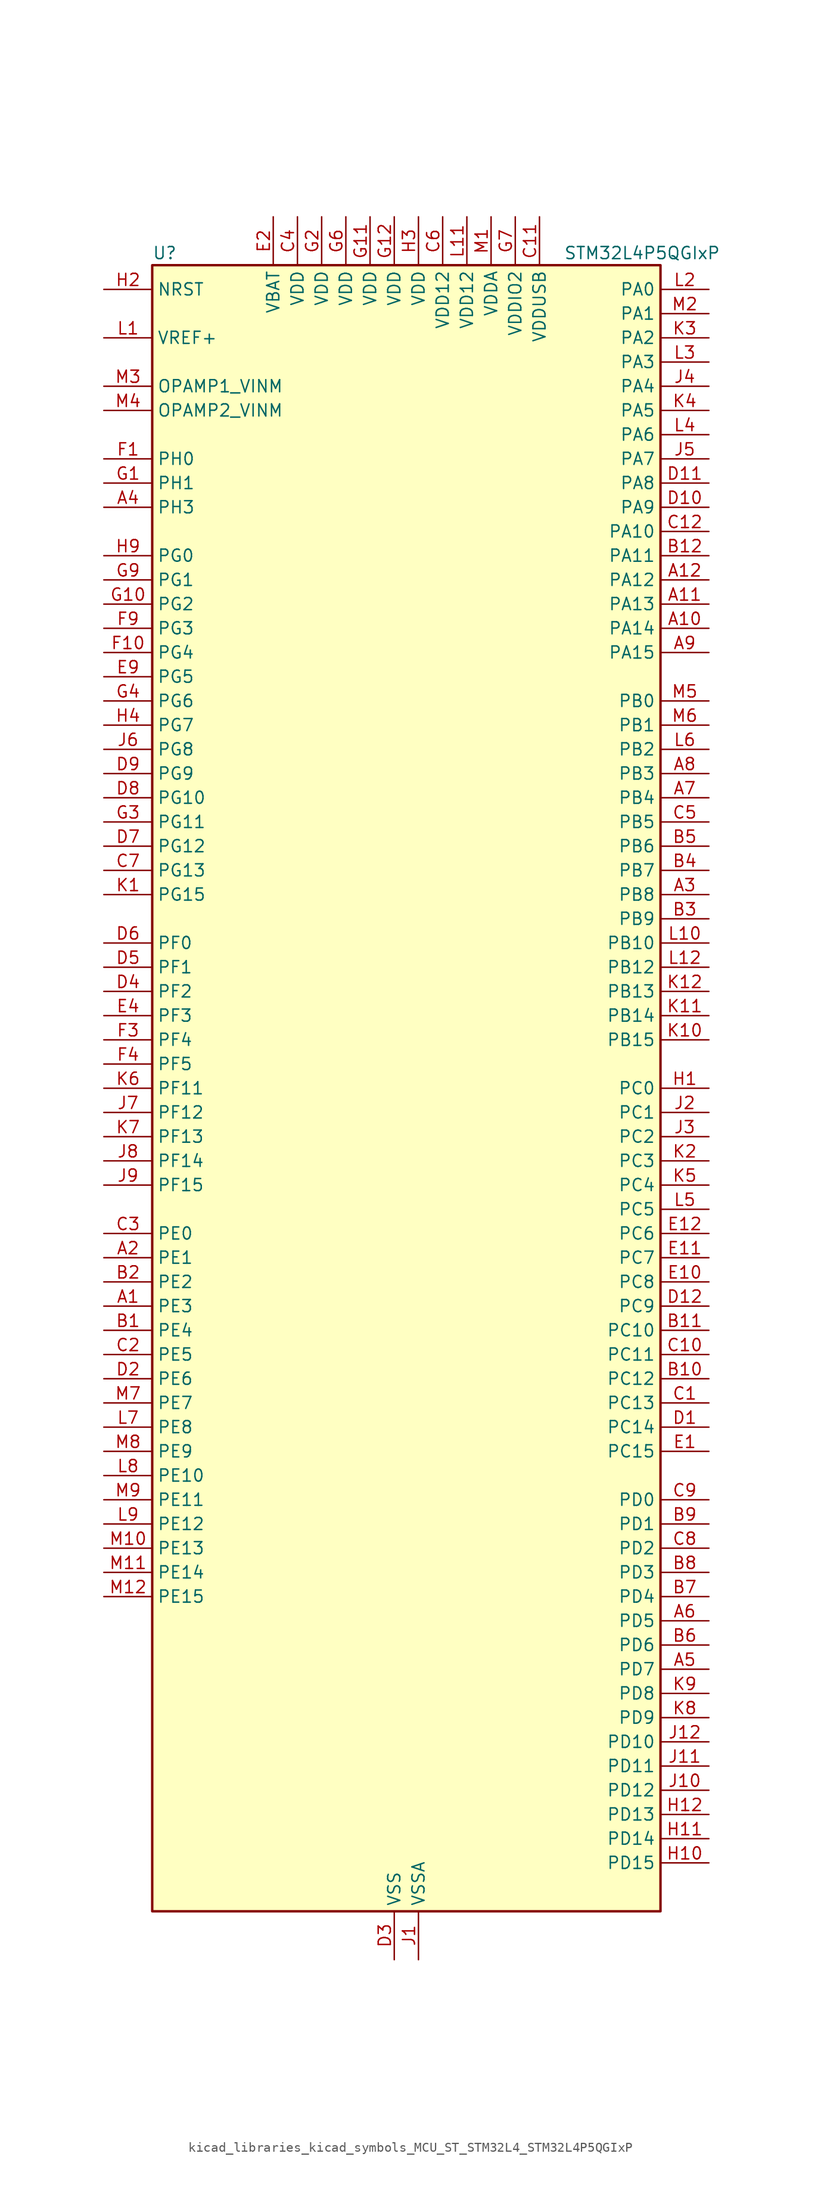
<source format=kicad_sym>
(kicad_symbol_lib
  (version 20220914)
  (generator kicad_symbol_editor)
  (symbol "kicad_libraries_kicad_symbols_MCU_ST_STM32L4_STM32L4P5QGIxP"
    (property "Reference" "U"
      (at -25.4 87.63 0)
      (effects (font (size 1.27 1.27)) (justify left)))
    (property "Value" "STM32L4P5QGIxP"
      (at 17.78 87.63 0)
      (effects (font (size 1.27 1.27)) (justify left)))
    (property "ki_locked" ""
      (at 0 0 0)
      (effects (font (size 1.27 1.27))))
    (symbol "kicad_libraries_kicad_symbols_MCU_ST_STM32L4_STM32L4P5QGIxP_0_1"
      (rectangle (start -25.4 -86.36) (end 27.94 86.36) (stroke (width 0.254) (type default)) (fill (type background))))
    (symbol "kicad_libraries_kicad_symbols_MCU_ST_STM32L4_STM32L4P5QGIxP_1_1"
      (pin bidirectional line (at -30.48 -22.86 0) (length 5.08) (name "PE3" (effects (font (size 1.27 1.27)))) (number "A1" (effects (font (size 1.27 1.27)))) (alternate "FMC_A19" bidirectional line) (alternate "LTDC_R6" bidirectional line) (alternate "OCTOSPIM_P1_DQS" bidirectional line) (alternate "SAI1_SD_B" bidirectional line) (alternate "SYS_TRACED0" bidirectional line) (alternate "TIM3_CH1" bidirectional line) (alternate "TSC_G7_IO2" bidirectional line))
      (pin bidirectional line (at 33.02 48.26 180) (length 5.08) (name "PA14" (effects (font (size 1.27 1.27)))) (number "A10" (effects (font (size 1.27 1.27)))) (alternate "I2C1_SMBA" bidirectional line) (alternate "I2C4_SMBA" bidirectional line) (alternate "LPTIM1_OUT" bidirectional line) (alternate "SAI1_FS_B" bidirectional line) (alternate "SYS_JTCK-SWCLK" bidirectional line) (alternate "USB_OTG_FS_SOF" bidirectional line))
      (pin bidirectional line (at 33.02 50.8 180) (length 5.08) (name "PA13" (effects (font (size 1.27 1.27)))) (number "A11" (effects (font (size 1.27 1.27)))) (alternate "IR_OUT" bidirectional line) (alternate "SAI1_SD_B" bidirectional line) (alternate "SYS_JTMS-SWDIO" bidirectional line) (alternate "USB_OTG_FS_NOE" bidirectional line))
      (pin bidirectional line (at 33.02 53.34 180) (length 5.08) (name "PA12" (effects (font (size 1.27 1.27)))) (number "A12" (effects (font (size 1.27 1.27)))) (alternate "CAN1_TX" bidirectional line) (alternate "LTDC_VSYNC" bidirectional line) (alternate "OCTOSPIM_P2_NCS" bidirectional line) (alternate "SPI1_MOSI" bidirectional line) (alternate "TIM1_ETR" bidirectional line) (alternate "USART1_DE" bidirectional line) (alternate "USART1_RTS" bidirectional line) (alternate "USB_OTG_FS_DP" bidirectional line))
      (pin bidirectional line (at -30.48 -17.78 0) (length 5.08) (name "PE1" (effects (font (size 1.27 1.27)))) (number "A2" (effects (font (size 1.27 1.27)))) (alternate "DCMI_D3" bidirectional line) (alternate "FMC_NBL1" bidirectional line) (alternate "LTDC_VSYNC" bidirectional line) (alternate "PSSI_D3" bidirectional line) (alternate "TIM17_CH1" bidirectional line))
      (pin bidirectional line (at 33.02 20.32 180) (length 5.08) (name "PB8" (effects (font (size 1.27 1.27)))) (number "A3" (effects (font (size 1.27 1.27)))) (alternate "CAN1_RX" bidirectional line) (alternate "DCMI_D6" bidirectional line) (alternate "DFSDM1_CKOUT" bidirectional line) (alternate "I2C1_SCL" bidirectional line) (alternate "LTDC_DE" bidirectional line) (alternate "PSSI_D6" bidirectional line) (alternate "SAI1_CK1" bidirectional line) (alternate "SAI1_MCLK_A" bidirectional line) (alternate "SDMMC1_CKIN" bidirectional line) (alternate "SDMMC1_D4" bidirectional line) (alternate "SDMMC2_D4" bidirectional line) (alternate "TIM16_CH1" bidirectional line) (alternate "TIM4_CH3" bidirectional line))
      (pin bidirectional line (at -30.48 60.96 0) (length 5.08) (name "PH3" (effects (font (size 1.27 1.27)))) (number "A4" (effects (font (size 1.27 1.27)))))
      (pin bidirectional line (at 33.02 -60.96 180) (length 5.08) (name "PD7" (effects (font (size 1.27 1.27)))) (number "A5" (effects (font (size 1.27 1.27)))) (alternate "DFSDM1_CKIN1" bidirectional line) (alternate "FMC_NCE" bidirectional line) (alternate "FMC_NE1" bidirectional line) (alternate "OCTOSPIM_P1_IO7" bidirectional line) (alternate "SDMMC2_CMD" bidirectional line) (alternate "USART2_CK" bidirectional line))
      (pin bidirectional line (at 33.02 -55.88 180) (length 5.08) (name "PD5" (effects (font (size 1.27 1.27)))) (number "A6" (effects (font (size 1.27 1.27)))) (alternate "FMC_NWE" bidirectional line) (alternate "OCTOSPIM_P1_IO5" bidirectional line) (alternate "USART2_TX" bidirectional line))
      (pin bidirectional line (at 33.02 30.48 180) (length 5.08) (name "PB4" (effects (font (size 1.27 1.27)))) (number "A7" (effects (font (size 1.27 1.27)))) (alternate "COMP2_INP" bidirectional line) (alternate "DCMI_D12" bidirectional line) (alternate "I2C3_SDA" bidirectional line) (alternate "OCTOSPIM_P1_IO5" bidirectional line) (alternate "PSSI_D12" bidirectional line) (alternate "SAI1_MCLK_B" bidirectional line) (alternate "SDMMC2_D3" bidirectional line) (alternate "SPI1_MISO" bidirectional line) (alternate "SPI3_MISO" bidirectional line) (alternate "SYS_JTRST" bidirectional line) (alternate "TIM17_BKIN" bidirectional line) (alternate "TIM3_CH1" bidirectional line) (alternate "TSC_G2_IO1" bidirectional line) (alternate "UART5_DE" bidirectional line) (alternate "UART5_RTS" bidirectional line) (alternate "USART1_CTS" bidirectional line) (alternate "USART1_NSS" bidirectional line))
      (pin bidirectional line (at 33.02 33.02 180) (length 5.08) (name "PB3" (effects (font (size 1.27 1.27)))) (number "A8" (effects (font (size 1.27 1.27)))) (alternate "COMP2_INM" bidirectional line) (alternate "CRS_SYNC" bidirectional line) (alternate "OCTOSPIM_P1_IO4" bidirectional line) (alternate "SAI1_SCK_B" bidirectional line) (alternate "SDMMC2_D2" bidirectional line) (alternate "SPI1_SCK" bidirectional line) (alternate "SPI3_SCK" bidirectional line) (alternate "SYS_JTDO-SWO" bidirectional line) (alternate "TIM2_CH2" bidirectional line) (alternate "USART1_DE" bidirectional line) (alternate "USART1_RTS" bidirectional line))
      (pin bidirectional line (at 33.02 45.72 180) (length 5.08) (name "PA15" (effects (font (size 1.27 1.27)))) (number "A9" (effects (font (size 1.27 1.27)))) (alternate "ADC1_EXTI15" bidirectional line) (alternate "ADC2_EXTI15" bidirectional line) (alternate "LTDC_HSYNC" bidirectional line) (alternate "SAI2_FS_B" bidirectional line) (alternate "SPI1_NSS" bidirectional line) (alternate "SPI3_NSS" bidirectional line) (alternate "SYS_JTDI" bidirectional line) (alternate "TIM2_CH1" bidirectional line) (alternate "TIM2_ETR" bidirectional line) (alternate "TSC_G3_IO1" bidirectional line) (alternate "UART4_DE" bidirectional line) (alternate "UART4_RTS" bidirectional line) (alternate "USART2_RX" bidirectional line) (alternate "USART3_DE" bidirectional line) (alternate "USART3_RTS" bidirectional line))
      (pin bidirectional line (at -30.48 -25.4 0) (length 5.08) (name "PE4" (effects (font (size 1.27 1.27)))) (number "B1" (effects (font (size 1.27 1.27)))) (alternate "DCMI_D4" bidirectional line) (alternate "DFSDM1_DATIN3" bidirectional line) (alternate "FMC_A20" bidirectional line) (alternate "LTDC_B7" bidirectional line) (alternate "PSSI_D4" bidirectional line) (alternate "SAI1_D2" bidirectional line) (alternate "SAI1_FS_A" bidirectional line) (alternate "SYS_TRACED1" bidirectional line) (alternate "TIM3_CH2" bidirectional line) (alternate "TSC_G7_IO3" bidirectional line))
      (pin bidirectional line (at 33.02 -30.48 180) (length 5.08) (name "PC12" (effects (font (size 1.27 1.27)))) (number "B10" (effects (font (size 1.27 1.27)))) (alternate "DCMI_D9" bidirectional line) (alternate "LTDC_R6" bidirectional line) (alternate "PSSI_D9" bidirectional line) (alternate "SAI2_SD_B" bidirectional line) (alternate "SDMMC1_CK" bidirectional line) (alternate "SPI3_MOSI" bidirectional line) (alternate "SYS_TRACED3" bidirectional line) (alternate "TSC_G3_IO4" bidirectional line) (alternate "UART5_TX" bidirectional line) (alternate "USART3_CK" bidirectional line))
      (pin bidirectional line (at 33.02 -25.4 180) (length 5.08) (name "PC10" (effects (font (size 1.27 1.27)))) (number "B11" (effects (font (size 1.27 1.27)))) (alternate "DCMI_D8" bidirectional line) (alternate "DCMI_VSYNC" bidirectional line) (alternate "PSSI_D8" bidirectional line) (alternate "PSSI_RDY" bidirectional line) (alternate "SAI2_SCK_B" bidirectional line) (alternate "SDMMC1_D2" bidirectional line) (alternate "SPI3_SCK" bidirectional line) (alternate "SYS_TRACED1" bidirectional line) (alternate "TSC_G3_IO2" bidirectional line) (alternate "UART4_TX" bidirectional line) (alternate "USART3_TX" bidirectional line))
      (pin bidirectional line (at 33.02 55.88 180) (length 5.08) (name "PA11" (effects (font (size 1.27 1.27)))) (number "B12" (effects (font (size 1.27 1.27)))) (alternate "ADC1_EXTI11" bidirectional line) (alternate "ADC2_EXTI11" bidirectional line) (alternate "CAN1_RX" bidirectional line) (alternate "LTDC_DE" bidirectional line) (alternate "SPI1_MISO" bidirectional line) (alternate "TIM1_BKIN2" bidirectional line) (alternate "TIM1_CH4" bidirectional line) (alternate "USART1_CTS" bidirectional line) (alternate "USART1_NSS" bidirectional line) (alternate "USB_OTG_FS_DM" bidirectional line))
      (pin bidirectional line (at -30.48 -20.32 0) (length 5.08) (name "PE2" (effects (font (size 1.27 1.27)))) (number "B2" (effects (font (size 1.27 1.27)))) (alternate "FMC_A23" bidirectional line) (alternate "LTDC_R7" bidirectional line) (alternate "SAI1_CK1" bidirectional line) (alternate "SAI1_MCLK_A" bidirectional line) (alternate "SYS_TRACECLK" bidirectional line) (alternate "TIM3_ETR" bidirectional line) (alternate "TSC_G7_IO1" bidirectional line))
      (pin bidirectional line (at 33.02 17.78 180) (length 5.08) (name "PB9" (effects (font (size 1.27 1.27)))) (number "B3" (effects (font (size 1.27 1.27)))) (alternate "CAN1_TX" bidirectional line) (alternate "DAC1_EXTI9" bidirectional line) (alternate "DCMI_D7" bidirectional line) (alternate "I2C1_SDA" bidirectional line) (alternate "IR_OUT" bidirectional line) (alternate "PSSI_D7" bidirectional line) (alternate "SAI1_D2" bidirectional line) (alternate "SAI1_FS_A" bidirectional line) (alternate "SDMMC1_CDIR" bidirectional line) (alternate "SDMMC1_D5" bidirectional line) (alternate "SDMMC2_D5" bidirectional line) (alternate "SPI2_NSS" bidirectional line) (alternate "TIM17_CH1" bidirectional line) (alternate "TIM4_CH4" bidirectional line))
      (pin bidirectional line (at 33.02 22.86 180) (length 5.08) (name "PB7" (effects (font (size 1.27 1.27)))) (number "B4" (effects (font (size 1.27 1.27)))) (alternate "COMP2_INM" bidirectional line) (alternate "DCMI_VSYNC" bidirectional line) (alternate "FMC_NL" bidirectional line) (alternate "I2C1_SDA" bidirectional line) (alternate "I2C4_SDA" bidirectional line) (alternate "LPTIM1_IN2" bidirectional line) (alternate "LTDC_VSYNC" bidirectional line) (alternate "PSSI_RDY" bidirectional line) (alternate "SYS_PVD_IN" bidirectional line) (alternate "TIM17_CH1N" bidirectional line) (alternate "TIM4_CH2" bidirectional line) (alternate "TIM8_BKIN" bidirectional line) (alternate "TSC_G2_IO4" bidirectional line) (alternate "UART4_CTS" bidirectional line) (alternate "USART1_RX" bidirectional line))
      (pin bidirectional line (at 33.02 25.4 180) (length 5.08) (name "PB6" (effects (font (size 1.27 1.27)))) (number "B5" (effects (font (size 1.27 1.27)))) (alternate "COMP2_INP" bidirectional line) (alternate "DCMI_D5" bidirectional line) (alternate "I2C1_SCL" bidirectional line) (alternate "I2C4_SCL" bidirectional line) (alternate "LPTIM1_ETR" bidirectional line) (alternate "LTDC_R6" bidirectional line) (alternate "PSSI_D5" bidirectional line) (alternate "SAI1_FS_B" bidirectional line) (alternate "TIM16_CH1N" bidirectional line) (alternate "TIM4_CH1" bidirectional line) (alternate "TIM8_BKIN2" bidirectional line) (alternate "TSC_G2_IO3" bidirectional line) (alternate "USART1_TX" bidirectional line))
      (pin bidirectional line (at 33.02 -58.42 180) (length 5.08) (name "PD6" (effects (font (size 1.27 1.27)))) (number "B6" (effects (font (size 1.27 1.27)))) (alternate "DCMI_D10" bidirectional line) (alternate "DFSDM1_DATIN1" bidirectional line) (alternate "FMC_NWAIT" bidirectional line) (alternate "LTDC_DE" bidirectional line) (alternate "OCTOSPIM_P1_IO6" bidirectional line) (alternate "PSSI_D10" bidirectional line) (alternate "SAI1_D1" bidirectional line) (alternate "SAI1_SD_A" bidirectional line) (alternate "SDMMC2_CK" bidirectional line) (alternate "SPI3_MOSI" bidirectional line) (alternate "USART2_RX" bidirectional line))
      (pin bidirectional line (at 33.02 -53.34 180) (length 5.08) (name "PD4" (effects (font (size 1.27 1.27)))) (number "B7" (effects (font (size 1.27 1.27)))) (alternate "DFSDM1_CKIN0" bidirectional line) (alternate "FMC_NOE" bidirectional line) (alternate "OCTOSPIM_P1_IO4" bidirectional line) (alternate "SDMMC2_CKIN" bidirectional line) (alternate "SPI2_MOSI" bidirectional line) (alternate "USART2_DE" bidirectional line) (alternate "USART2_RTS" bidirectional line))
      (pin bidirectional line (at 33.02 -50.8 180) (length 5.08) (name "PD3" (effects (font (size 1.27 1.27)))) (number "B8" (effects (font (size 1.27 1.27)))) (alternate "DCMI_D5" bidirectional line) (alternate "DFSDM1_DATIN0" bidirectional line) (alternate "FMC_CLK" bidirectional line) (alternate "LTDC_CLK" bidirectional line) (alternate "OCTOSPIM_P2_NCS" bidirectional line) (alternate "PSSI_D5" bidirectional line) (alternate "SPI2_MISO" bidirectional line) (alternate "SPI2_SCK" bidirectional line) (alternate "USART2_CTS" bidirectional line) (alternate "USART2_NSS" bidirectional line))
      (pin bidirectional line (at 33.02 -45.72 180) (length 5.08) (name "PD1" (effects (font (size 1.27 1.27)))) (number "B9" (effects (font (size 1.27 1.27)))) (alternate "CAN1_TX" bidirectional line) (alternate "FMC_D3" bidirectional line) (alternate "FMC_DA3" bidirectional line) (alternate "LTDC_B5" bidirectional line) (alternate "SPI2_SCK" bidirectional line))
      (pin bidirectional line (at 33.02 -33.02 180) (length 5.08) (name "PC13" (effects (font (size 1.27 1.27)))) (number "C1" (effects (font (size 1.27 1.27)))) (alternate "RTC_OUT1" bidirectional line) (alternate "RTC_TAMP1" bidirectional line) (alternate "RTC_TS" bidirectional line) (alternate "SYS_WKUP2" bidirectional line))
      (pin bidirectional line (at 33.02 -27.94 180) (length 5.08) (name "PC11" (effects (font (size 1.27 1.27)))) (number "C10" (effects (font (size 1.27 1.27)))) (alternate "ADC1_EXTI11" bidirectional line) (alternate "ADC2_EXTI11" bidirectional line) (alternate "DCMI_D2" bidirectional line) (alternate "DCMI_D4" bidirectional line) (alternate "OCTOSPIM_P1_NCS" bidirectional line) (alternate "PSSI_D2" bidirectional line) (alternate "PSSI_D4" bidirectional line) (alternate "SAI2_MCLK_B" bidirectional line) (alternate "SDMMC1_D3" bidirectional line) (alternate "SPI3_MISO" bidirectional line) (alternate "TSC_G3_IO3" bidirectional line) (alternate "UART4_RX" bidirectional line) (alternate "USART3_RX" bidirectional line))
      (pin power_in line (at 15.24 91.44 270) (length 5.08) (name "VDDUSB" (effects (font (size 1.27 1.27)))) (number "C11" (effects (font (size 1.27 1.27)))))
      (pin bidirectional line (at 33.02 58.42 180) (length 5.08) (name "PA10" (effects (font (size 1.27 1.27)))) (number "C12" (effects (font (size 1.27 1.27)))) (alternate "DCMI_D1" bidirectional line) (alternate "LTDC_G6" bidirectional line) (alternate "PSSI_D1" bidirectional line) (alternate "SAI1_D1" bidirectional line) (alternate "SAI1_SD_A" bidirectional line) (alternate "TIM17_BKIN" bidirectional line) (alternate "TIM1_CH3" bidirectional line) (alternate "USART1_RX" bidirectional line) (alternate "USB_OTG_FS_ID" bidirectional line))
      (pin bidirectional line (at -30.48 -27.94 0) (length 5.08) (name "PE5" (effects (font (size 1.27 1.27)))) (number "C2" (effects (font (size 1.27 1.27)))) (alternate "DCMI_D6" bidirectional line) (alternate "DFSDM1_CKIN3" bidirectional line) (alternate "FMC_A21" bidirectional line) (alternate "LTDC_G7" bidirectional line) (alternate "PSSI_D6" bidirectional line) (alternate "SAI1_CK2" bidirectional line) (alternate "SAI1_SCK_A" bidirectional line) (alternate "SYS_TRACED2" bidirectional line) (alternate "TIM3_CH3" bidirectional line) (alternate "TSC_G7_IO4" bidirectional line))
      (pin bidirectional line (at -30.48 -15.24 0) (length 5.08) (name "PE0" (effects (font (size 1.27 1.27)))) (number "C3" (effects (font (size 1.27 1.27)))) (alternate "DCMI_D2" bidirectional line) (alternate "FMC_NBL0" bidirectional line) (alternate "LTDC_HSYNC" bidirectional line) (alternate "PSSI_D2" bidirectional line) (alternate "TIM16_CH1" bidirectional line) (alternate "TIM4_ETR" bidirectional line))
      (pin power_in line (at -10.16 91.44 270) (length 5.08) (name "VDD" (effects (font (size 1.27 1.27)))) (number "C4" (effects (font (size 1.27 1.27)))))
      (pin bidirectional line (at 33.02 27.94 180) (length 5.08) (name "PB5" (effects (font (size 1.27 1.27)))) (number "C5" (effects (font (size 1.27 1.27)))) (alternate "COMP2_OUT" bidirectional line) (alternate "DCMI_D10" bidirectional line) (alternate "I2C1_SMBA" bidirectional line) (alternate "LPTIM1_IN1" bidirectional line) (alternate "OCTOSPIM_P1_IO0" bidirectional line) (alternate "PSSI_D10" bidirectional line) (alternate "SAI1_SD_B" bidirectional line) (alternate "SPI1_MOSI" bidirectional line) (alternate "SPI3_MOSI" bidirectional line) (alternate "TIM16_BKIN" bidirectional line) (alternate "TIM3_CH2" bidirectional line) (alternate "TSC_G2_IO2" bidirectional line) (alternate "UART5_CTS" bidirectional line) (alternate "USART1_CK" bidirectional line))
      (pin power_in line (at 5.08 91.44 270) (length 5.08) (name "VDD12" (effects (font (size 1.27 1.27)))) (number "C6" (effects (font (size 1.27 1.27)))))
      (pin bidirectional line (at -30.48 22.86 0) (length 5.08) (name "PG13" (effects (font (size 1.27 1.27)))) (number "C7" (effects (font (size 1.27 1.27)))) (alternate "FMC_A24" bidirectional line) (alternate "I2C1_SDA" bidirectional line) (alternate "LTDC_R0" bidirectional line) (alternate "USART1_CK" bidirectional line))
      (pin bidirectional line (at 33.02 -48.26 180) (length 5.08) (name "PD2" (effects (font (size 1.27 1.27)))) (number "C8" (effects (font (size 1.27 1.27)))) (alternate "DCMI_D11" bidirectional line) (alternate "PSSI_D11" bidirectional line) (alternate "SDMMC1_CMD" bidirectional line) (alternate "SYS_TRACED2" bidirectional line) (alternate "TIM3_ETR" bidirectional line) (alternate "TSC_SYNC" bidirectional line) (alternate "UART5_RX" bidirectional line) (alternate "USART3_DE" bidirectional line) (alternate "USART3_RTS" bidirectional line))
      (pin bidirectional line (at 33.02 -43.18 180) (length 5.08) (name "PD0" (effects (font (size 1.27 1.27)))) (number "C9" (effects (font (size 1.27 1.27)))) (alternate "CAN1_RX" bidirectional line) (alternate "FMC_D2" bidirectional line) (alternate "FMC_DA2" bidirectional line) (alternate "LTDC_B4" bidirectional line) (alternate "SPI2_NSS" bidirectional line))
      (pin bidirectional line (at 33.02 -35.56 180) (length 5.08) (name "PC14" (effects (font (size 1.27 1.27)))) (number "D1" (effects (font (size 1.27 1.27)))) (alternate "RCC_OSC32_IN" bidirectional line))
      (pin bidirectional line (at 33.02 60.96 180) (length 5.08) (name "PA9" (effects (font (size 1.27 1.27)))) (number "D10" (effects (font (size 1.27 1.27)))) (alternate "DAC1_EXTI9" bidirectional line) (alternate "DCMI_D0" bidirectional line) (alternate "LTDC_G7" bidirectional line) (alternate "PSSI_D0" bidirectional line) (alternate "SAI1_FS_A" bidirectional line) (alternate "SPI2_SCK" bidirectional line) (alternate "TIM15_BKIN" bidirectional line) (alternate "TIM1_CH2" bidirectional line) (alternate "USART1_TX" bidirectional line) (alternate "USB_OTG_FS_VBUS" bidirectional line))
      (pin bidirectional line (at 33.02 63.5 180) (length 5.08) (name "PA8" (effects (font (size 1.27 1.27)))) (number "D11" (effects (font (size 1.27 1.27)))) (alternate "LPTIM2_OUT" bidirectional line) (alternate "LTDC_B7" bidirectional line) (alternate "RCC_MCO" bidirectional line) (alternate "SAI1_CK2" bidirectional line) (alternate "SAI1_SCK_A" bidirectional line) (alternate "TIM1_CH1" bidirectional line) (alternate "USART1_CK" bidirectional line) (alternate "USB_OTG_FS_SOF" bidirectional line))
      (pin bidirectional line (at 33.02 -22.86 180) (length 5.08) (name "PC9" (effects (font (size 1.27 1.27)))) (number "D12" (effects (font (size 1.27 1.27)))) (alternate "DAC1_EXTI9" bidirectional line) (alternate "DCMI_D3" bidirectional line) (alternate "I2C3_SDA" bidirectional line) (alternate "PSSI_D3" bidirectional line) (alternate "SAI2_EXTCLK" bidirectional line) (alternate "SDMMC1_D1" bidirectional line) (alternate "SYS_TRACED0" bidirectional line) (alternate "TIM3_CH4" bidirectional line) (alternate "TIM8_BKIN2" bidirectional line) (alternate "TIM8_CH4" bidirectional line) (alternate "TSC_G4_IO4" bidirectional line) (alternate "USB_OTG_FS_NOE" bidirectional line))
      (pin bidirectional line (at -30.48 -30.48 0) (length 5.08) (name "PE6" (effects (font (size 1.27 1.27)))) (number "D2" (effects (font (size 1.27 1.27)))) (alternate "DCMI_D7" bidirectional line) (alternate "FMC_A22" bidirectional line) (alternate "LTDC_G6" bidirectional line) (alternate "PSSI_D7" bidirectional line) (alternate "RTC_TAMP3" bidirectional line) (alternate "SAI1_D1" bidirectional line) (alternate "SAI1_SD_A" bidirectional line) (alternate "SYS_TRACED3" bidirectional line) (alternate "SYS_WKUP3" bidirectional line) (alternate "TIM3_CH4" bidirectional line))
      (pin power_in line (at 0 -91.44 90) (length 5.08) (name "VSS" (effects (font (size 1.27 1.27)))) (number "D3" (effects (font (size 1.27 1.27)))))
      (pin bidirectional line (at -30.48 10.16 0) (length 5.08) (name "PF2" (effects (font (size 1.27 1.27)))) (number "D4" (effects (font (size 1.27 1.27)))) (alternate "FMC_A2" bidirectional line) (alternate "I2C2_SMBA" bidirectional line) (alternate "OCTOSPIM_P2_IO2" bidirectional line))
      (pin bidirectional line (at -30.48 12.7 0) (length 5.08) (name "PF1" (effects (font (size 1.27 1.27)))) (number "D5" (effects (font (size 1.27 1.27)))) (alternate "FMC_A1" bidirectional line) (alternate "I2C2_SCL" bidirectional line) (alternate "OCTOSPIM_P2_IO1" bidirectional line))
      (pin bidirectional line (at -30.48 15.24 0) (length 5.08) (name "PF0" (effects (font (size 1.27 1.27)))) (number "D6" (effects (font (size 1.27 1.27)))) (alternate "FMC_A0" bidirectional line) (alternate "I2C2_SDA" bidirectional line) (alternate "OCTOSPIM_P2_IO0" bidirectional line))
      (pin bidirectional line (at -30.48 25.4 0) (length 5.08) (name "PG12" (effects (font (size 1.27 1.27)))) (number "D7" (effects (font (size 1.27 1.27)))) (alternate "FMC_NE4" bidirectional line) (alternate "LPTIM1_ETR" bidirectional line) (alternate "OCTOSPIM_P2_NCS" bidirectional line) (alternate "SAI2_SD_A" bidirectional line) (alternate "SDMMC2_D3" bidirectional line) (alternate "SPI3_NSS" bidirectional line) (alternate "USART1_DE" bidirectional line) (alternate "USART1_RTS" bidirectional line))
      (pin bidirectional line (at -30.48 30.48 0) (length 5.08) (name "PG10" (effects (font (size 1.27 1.27)))) (number "D8" (effects (font (size 1.27 1.27)))) (alternate "FMC_NE3" bidirectional line) (alternate "LPTIM1_IN1" bidirectional line) (alternate "OCTOSPIM_P2_IO7" bidirectional line) (alternate "SAI2_FS_A" bidirectional line) (alternate "SDMMC2_D1" bidirectional line) (alternate "SPI3_MISO" bidirectional line) (alternate "TIM15_CH1" bidirectional line) (alternate "USART1_RX" bidirectional line))
      (pin bidirectional line (at -30.48 33.02 0) (length 5.08) (name "PG9" (effects (font (size 1.27 1.27)))) (number "D9" (effects (font (size 1.27 1.27)))) (alternate "DAC1_EXTI9" bidirectional line) (alternate "FMC_NCE" bidirectional line) (alternate "FMC_NE2" bidirectional line) (alternate "OCTOSPIM_P2_IO6" bidirectional line) (alternate "SAI2_SCK_A" bidirectional line) (alternate "SDMMC2_D0" bidirectional line) (alternate "SPI3_SCK" bidirectional line) (alternate "TIM15_CH1N" bidirectional line) (alternate "USART1_TX" bidirectional line))
      (pin bidirectional line (at 33.02 -38.1 180) (length 5.08) (name "PC15" (effects (font (size 1.27 1.27)))) (number "E1" (effects (font (size 1.27 1.27)))) (alternate "ADC1_EXTI15" bidirectional line) (alternate "ADC2_EXTI15" bidirectional line) (alternate "RCC_OSC32_OUT" bidirectional line))
      (pin bidirectional line (at 33.02 -20.32 180) (length 5.08) (name "PC8" (effects (font (size 1.27 1.27)))) (number "E10" (effects (font (size 1.27 1.27)))) (alternate "DCMI_D2" bidirectional line) (alternate "PSSI_D2" bidirectional line) (alternate "SDMMC1_D0" bidirectional line) (alternate "TIM3_CH3" bidirectional line) (alternate "TIM8_CH3" bidirectional line) (alternate "TSC_G4_IO3" bidirectional line))
      (pin bidirectional line (at 33.02 -17.78 180) (length 5.08) (name "PC7" (effects (font (size 1.27 1.27)))) (number "E11" (effects (font (size 1.27 1.27)))) (alternate "DCMI_D1" bidirectional line) (alternate "DFSDM1_DATIN3" bidirectional line) (alternate "LTDC_B6" bidirectional line) (alternate "PSSI_D1" bidirectional line) (alternate "SAI2_MCLK_B" bidirectional line) (alternate "SDMMC1_D123DIR" bidirectional line) (alternate "SDMMC1_D7" bidirectional line) (alternate "SDMMC2_D7" bidirectional line) (alternate "TIM3_CH2" bidirectional line) (alternate "TIM8_CH2" bidirectional line) (alternate "TSC_G4_IO2" bidirectional line))
      (pin bidirectional line (at 33.02 -15.24 180) (length 5.08) (name "PC6" (effects (font (size 1.27 1.27)))) (number "E12" (effects (font (size 1.27 1.27)))) (alternate "DCMI_D0" bidirectional line) (alternate "DFSDM1_CKIN3" bidirectional line) (alternate "LTDC_G7" bidirectional line) (alternate "PSSI_D0" bidirectional line) (alternate "SAI2_MCLK_A" bidirectional line) (alternate "SDMMC1_D0DIR" bidirectional line) (alternate "SDMMC1_D6" bidirectional line) (alternate "SDMMC2_D6" bidirectional line) (alternate "TIM3_CH1" bidirectional line) (alternate "TIM8_CH1" bidirectional line) (alternate "TSC_G4_IO1" bidirectional line))
      (pin power_in line (at -12.7 91.44 270) (length 5.08) (name "VBAT" (effects (font (size 1.27 1.27)))) (number "E2" (effects (font (size 1.27 1.27)))))
      (pin passive line (at 0 -91.44 90) (length 5.08) hide (name "VSS" (effects (font (size 1.27 1.27)))) (number "E3" (effects (font (size 1.27 1.27)))))
      (pin bidirectional line (at -30.48 7.62 0) (length 5.08) (name "PF3" (effects (font (size 1.27 1.27)))) (number "E4" (effects (font (size 1.27 1.27)))) (alternate "FMC_A3" bidirectional line) (alternate "OCTOSPIM_P2_IO3" bidirectional line))
      (pin bidirectional line (at -30.48 43.18 0) (length 5.08) (name "PG5" (effects (font (size 1.27 1.27)))) (number "E9" (effects (font (size 1.27 1.27)))) (alternate "FMC_A15" bidirectional line) (alternate "LPUART1_CTS" bidirectional line) (alternate "SAI2_SD_B" bidirectional line) (alternate "SDMMC2_D7" bidirectional line) (alternate "SPI1_NSS" bidirectional line))
      (pin bidirectional line (at -30.48 66.04 0) (length 5.08) (name "PH0" (effects (font (size 1.27 1.27)))) (number "F1" (effects (font (size 1.27 1.27)))) (alternate "RCC_OSC_IN" bidirectional line))
      (pin bidirectional line (at -30.48 45.72 0) (length 5.08) (name "PG4" (effects (font (size 1.27 1.27)))) (number "F10" (effects (font (size 1.27 1.27)))) (alternate "FMC_A14" bidirectional line) (alternate "SAI2_MCLK_B" bidirectional line) (alternate "SDMMC2_D6" bidirectional line) (alternate "SPI1_MOSI" bidirectional line))
      (pin passive line (at 0 -91.44 90) (length 5.08) hide (name "VSS" (effects (font (size 1.27 1.27)))) (number "F11" (effects (font (size 1.27 1.27)))))
      (pin passive line (at 0 -91.44 90) (length 5.08) hide (name "VSS" (effects (font (size 1.27 1.27)))) (number "F12" (effects (font (size 1.27 1.27)))))
      (pin passive line (at 0 -91.44 90) (length 5.08) hide (name "VSS" (effects (font (size 1.27 1.27)))) (number "F2" (effects (font (size 1.27 1.27)))))
      (pin bidirectional line (at -30.48 5.08 0) (length 5.08) (name "PF4" (effects (font (size 1.27 1.27)))) (number "F3" (effects (font (size 1.27 1.27)))) (alternate "FMC_A4" bidirectional line) (alternate "OCTOSPIM_P2_CLK" bidirectional line))
      (pin bidirectional line (at -30.48 2.54 0) (length 5.08) (name "PF5" (effects (font (size 1.27 1.27)))) (number "F4" (effects (font (size 1.27 1.27)))) (alternate "FMC_A5" bidirectional line) (alternate "OCTOSPIM_P2_NCLK" bidirectional line))
      (pin passive line (at 0 -91.44 90) (length 5.08) hide (name "VSS" (effects (font (size 1.27 1.27)))) (number "F6" (effects (font (size 1.27 1.27)))))
      (pin passive line (at 0 -91.44 90) (length 5.08) hide (name "VSS" (effects (font (size 1.27 1.27)))) (number "F7" (effects (font (size 1.27 1.27)))))
      (pin bidirectional line (at -30.48 48.26 0) (length 5.08) (name "PG3" (effects (font (size 1.27 1.27)))) (number "F9" (effects (font (size 1.27 1.27)))) (alternate "FMC_A13" bidirectional line) (alternate "SAI2_FS_B" bidirectional line) (alternate "SDMMC2_D5" bidirectional line) (alternate "SPI1_MISO" bidirectional line))
      (pin bidirectional line (at -30.48 63.5 0) (length 5.08) (name "PH1" (effects (font (size 1.27 1.27)))) (number "G1" (effects (font (size 1.27 1.27)))) (alternate "RCC_OSC_OUT" bidirectional line))
      (pin bidirectional line (at -30.48 50.8 0) (length 5.08) (name "PG2" (effects (font (size 1.27 1.27)))) (number "G10" (effects (font (size 1.27 1.27)))) (alternate "FMC_A12" bidirectional line) (alternate "SAI2_SCK_B" bidirectional line) (alternate "SDMMC2_D4" bidirectional line) (alternate "SPI1_SCK" bidirectional line))
      (pin power_in line (at -2.54 91.44 270) (length 5.08) (name "VDD" (effects (font (size 1.27 1.27)))) (number "G11" (effects (font (size 1.27 1.27)))))
      (pin power_in line (at 0 91.44 270) (length 5.08) (name "VDD" (effects (font (size 1.27 1.27)))) (number "G12" (effects (font (size 1.27 1.27)))))
      (pin power_in line (at -7.62 91.44 270) (length 5.08) (name "VDD" (effects (font (size 1.27 1.27)))) (number "G2" (effects (font (size 1.27 1.27)))))
      (pin bidirectional line (at -30.48 27.94 0) (length 5.08) (name "PG11" (effects (font (size 1.27 1.27)))) (number "G3" (effects (font (size 1.27 1.27)))) (alternate "ADC1_EXTI11" bidirectional line) (alternate "ADC2_EXTI11" bidirectional line) (alternate "LPTIM1_IN2" bidirectional line) (alternate "OCTOSPIM_P1_IO5" bidirectional line) (alternate "SAI2_MCLK_A" bidirectional line) (alternate "SDMMC2_D2" bidirectional line) (alternate "SPI3_MOSI" bidirectional line) (alternate "TIM15_CH2" bidirectional line) (alternate "USART1_CTS" bidirectional line) (alternate "USART1_NSS" bidirectional line))
      (pin bidirectional line (at -30.48 40.64 0) (length 5.08) (name "PG6" (effects (font (size 1.27 1.27)))) (number "G4" (effects (font (size 1.27 1.27)))) (alternate "I2C3_SMBA" bidirectional line) (alternate "LPUART1_DE" bidirectional line) (alternate "LPUART1_RTS" bidirectional line) (alternate "LTDC_R1" bidirectional line) (alternate "OCTOSPIM_P1_DQS" bidirectional line))
      (pin power_in line (at -5.08 91.44 270) (length 5.08) (name "VDD" (effects (font (size 1.27 1.27)))) (number "G6" (effects (font (size 1.27 1.27)))))
      (pin power_in line (at 12.7 91.44 270) (length 5.08) (name "VDDIO2" (effects (font (size 1.27 1.27)))) (number "G7" (effects (font (size 1.27 1.27)))))
      (pin bidirectional line (at -30.48 53.34 0) (length 5.08) (name "PG1" (effects (font (size 1.27 1.27)))) (number "G9" (effects (font (size 1.27 1.27)))) (alternate "FMC_A11" bidirectional line) (alternate "OCTOSPIM_P2_IO5" bidirectional line) (alternate "TSC_G8_IO4" bidirectional line))
      (pin bidirectional line (at 33.02 0 180) (length 5.08) (name "PC0" (effects (font (size 1.27 1.27)))) (number "H1" (effects (font (size 1.27 1.27)))) (alternate "ADC1_IN1" bidirectional line) (alternate "ADC2_IN1" bidirectional line) (alternate "I2C3_SCL" bidirectional line) (alternate "LPTIM1_IN1" bidirectional line) (alternate "LPTIM2_IN1" bidirectional line) (alternate "LPUART1_RX" bidirectional line) (alternate "LTDC_DE" bidirectional line) (alternate "SAI2_FS_A" bidirectional line) (alternate "SDMMC1_CMD" bidirectional line) (alternate "SDMMC2_CKIN" bidirectional line))
      (pin bidirectional line (at 33.02 -81.28 180) (length 5.08) (name "PD15" (effects (font (size 1.27 1.27)))) (number "H10" (effects (font (size 1.27 1.27)))) (alternate "ADC1_EXTI15" bidirectional line) (alternate "ADC2_EXTI15" bidirectional line) (alternate "FMC_D1" bidirectional line) (alternate "FMC_DA1" bidirectional line) (alternate "LTDC_B3" bidirectional line) (alternate "TIM4_CH4" bidirectional line))
      (pin bidirectional line (at 33.02 -78.74 180) (length 5.08) (name "PD14" (effects (font (size 1.27 1.27)))) (number "H11" (effects (font (size 1.27 1.27)))) (alternate "FMC_D0" bidirectional line) (alternate "FMC_DA0" bidirectional line) (alternate "LTDC_B2" bidirectional line) (alternate "TIM4_CH3" bidirectional line))
      (pin bidirectional line (at 33.02 -76.2 180) (length 5.08) (name "PD13" (effects (font (size 1.27 1.27)))) (number "H12" (effects (font (size 1.27 1.27)))) (alternate "FMC_A18" bidirectional line) (alternate "I2C4_SDA" bidirectional line) (alternate "LPTIM2_OUT" bidirectional line) (alternate "TIM4_CH2" bidirectional line) (alternate "TSC_G6_IO4" bidirectional line))
      (pin input line (at -30.48 83.82 0) (length 5.08) (name "NRST" (effects (font (size 1.27 1.27)))) (number "H2" (effects (font (size 1.27 1.27)))))
      (pin power_in line (at 2.54 91.44 270) (length 5.08) (name "VDD" (effects (font (size 1.27 1.27)))) (number "H3" (effects (font (size 1.27 1.27)))))
      (pin bidirectional line (at -30.48 38.1 0) (length 5.08) (name "PG7" (effects (font (size 1.27 1.27)))) (number "H4" (effects (font (size 1.27 1.27)))) (alternate "DFSDM1_CKOUT" bidirectional line) (alternate "FMC_INT" bidirectional line) (alternate "I2C3_SCL" bidirectional line) (alternate "LPUART1_TX" bidirectional line) (alternate "OCTOSPIM_P2_DQS" bidirectional line) (alternate "SAI1_CK1" bidirectional line) (alternate "SAI1_MCLK_A" bidirectional line))
      (pin bidirectional line (at -30.48 55.88 0) (length 5.08) (name "PG0" (effects (font (size 1.27 1.27)))) (number "H9" (effects (font (size 1.27 1.27)))) (alternate "FMC_A10" bidirectional line) (alternate "OCTOSPIM_P2_IO4" bidirectional line) (alternate "TSC_G8_IO3" bidirectional line))
      (pin power_in line (at 2.54 -91.44 90) (length 5.08) (name "VSSA" (effects (font (size 1.27 1.27)))) (number "J1" (effects (font (size 1.27 1.27)))))
      (pin bidirectional line (at 33.02 -73.66 180) (length 5.08) (name "PD12" (effects (font (size 1.27 1.27)))) (number "J10" (effects (font (size 1.27 1.27)))) (alternate "FMC_A17" bidirectional line) (alternate "FMC_ALE" bidirectional line) (alternate "I2C4_SCL" bidirectional line) (alternate "LPTIM2_IN1" bidirectional line) (alternate "LTDC_R7" bidirectional line) (alternate "SAI2_FS_A" bidirectional line) (alternate "TIM4_CH1" bidirectional line) (alternate "TSC_G6_IO3" bidirectional line) (alternate "USART3_DE" bidirectional line) (alternate "USART3_RTS" bidirectional line))
      (pin bidirectional line (at 33.02 -71.12 180) (length 5.08) (name "PD11" (effects (font (size 1.27 1.27)))) (number "J11" (effects (font (size 1.27 1.27)))) (alternate "ADC1_EXTI11" bidirectional line) (alternate "ADC2_EXTI11" bidirectional line) (alternate "FMC_A16" bidirectional line) (alternate "FMC_CLE" bidirectional line) (alternate "I2C4_SMBA" bidirectional line) (alternate "LPTIM2_ETR" bidirectional line) (alternate "LTDC_R6" bidirectional line) (alternate "SAI2_SD_A" bidirectional line) (alternate "TSC_G6_IO2" bidirectional line) (alternate "USART3_CTS" bidirectional line) (alternate "USART3_NSS" bidirectional line))
      (pin bidirectional line (at 33.02 -68.58 180) (length 5.08) (name "PD10" (effects (font (size 1.27 1.27)))) (number "J12" (effects (font (size 1.27 1.27)))) (alternate "FMC_D15" bidirectional line) (alternate "FMC_DA15" bidirectional line) (alternate "LTDC_R5" bidirectional line) (alternate "SAI2_SCK_A" bidirectional line) (alternate "TSC_G6_IO1" bidirectional line) (alternate "USART3_CK" bidirectional line))
      (pin bidirectional line (at 33.02 -2.54 180) (length 5.08) (name "PC1" (effects (font (size 1.27 1.27)))) (number "J2" (effects (font (size 1.27 1.27)))) (alternate "ADC1_IN2" bidirectional line) (alternate "ADC2_IN2" bidirectional line) (alternate "I2C3_SDA" bidirectional line) (alternate "LPTIM1_OUT" bidirectional line) (alternate "LPUART1_TX" bidirectional line) (alternate "OCTOSPIM_P1_IO4" bidirectional line) (alternate "SAI1_SD_A" bidirectional line) (alternate "SPI2_MOSI" bidirectional line) (alternate "SYS_TRACED0" bidirectional line))
      (pin bidirectional line (at 33.02 -5.08 180) (length 5.08) (name "PC2" (effects (font (size 1.27 1.27)))) (number "J3" (effects (font (size 1.27 1.27)))) (alternate "ADC1_IN3" bidirectional line) (alternate "ADC2_IN3" bidirectional line) (alternate "DFSDM1_CKOUT" bidirectional line) (alternate "LPTIM1_IN2" bidirectional line) (alternate "LTDC_HSYNC" bidirectional line) (alternate "OCTOSPIM_P1_IO5" bidirectional line) (alternate "SPI2_MISO" bidirectional line))
      (pin bidirectional line (at 33.02 73.66 180) (length 5.08) (name "PA4" (effects (font (size 1.27 1.27)))) (number "J4" (effects (font (size 1.27 1.27)))) (alternate "ADC1_IN9" bidirectional line) (alternate "ADC2_IN9" bidirectional line) (alternate "DAC1_OUT1" bidirectional line) (alternate "DCMI_HSYNC" bidirectional line) (alternate "LPTIM2_OUT" bidirectional line) (alternate "LTDC_CLK" bidirectional line) (alternate "OCTOSPIM_P1_NCS" bidirectional line) (alternate "PSSI_DE" bidirectional line) (alternate "SAI1_FS_B" bidirectional line) (alternate "SPI1_NSS" bidirectional line) (alternate "SPI3_NSS" bidirectional line) (alternate "USART2_CK" bidirectional line))
      (pin bidirectional line (at 33.02 66.04 180) (length 5.08) (name "PA7" (effects (font (size 1.27 1.27)))) (number "J5" (effects (font (size 1.27 1.27)))) (alternate "ADC1_IN12" bidirectional line) (alternate "ADC2_IN12" bidirectional line) (alternate "I2C3_SCL" bidirectional line) (alternate "OCTOSPIM_P1_IO2" bidirectional line) (alternate "OPAMP2_VINM" bidirectional line) (alternate "SPI1_MOSI" bidirectional line) (alternate "TIM17_CH1" bidirectional line) (alternate "TIM1_CH1N" bidirectional line) (alternate "TIM3_CH2" bidirectional line) (alternate "TIM8_CH1N" bidirectional line))
      (pin bidirectional line (at -30.48 35.56 0) (length 5.08) (name "PG8" (effects (font (size 1.27 1.27)))) (number "J6" (effects (font (size 1.27 1.27)))) (alternate "I2C3_SDA" bidirectional line) (alternate "LPUART1_RX" bidirectional line))
      (pin bidirectional line (at -30.48 -2.54 0) (length 5.08) (name "PF12" (effects (font (size 1.27 1.27)))) (number "J7" (effects (font (size 1.27 1.27)))) (alternate "FMC_A6" bidirectional line) (alternate "LTDC_B0" bidirectional line) (alternate "OCTOSPIM_P2_DQS" bidirectional line))
      (pin bidirectional line (at -30.48 -7.62 0) (length 5.08) (name "PF14" (effects (font (size 1.27 1.27)))) (number "J8" (effects (font (size 1.27 1.27)))) (alternate "FMC_A8" bidirectional line) (alternate "I2C4_SCL" bidirectional line) (alternate "LTDC_G0" bidirectional line) (alternate "TSC_G8_IO1" bidirectional line))
      (pin bidirectional line (at -30.48 -10.16 0) (length 5.08) (name "PF15" (effects (font (size 1.27 1.27)))) (number "J9" (effects (font (size 1.27 1.27)))) (alternate "ADC1_EXTI15" bidirectional line) (alternate "ADC2_EXTI15" bidirectional line) (alternate "FMC_A9" bidirectional line) (alternate "I2C4_SDA" bidirectional line) (alternate "LTDC_G1" bidirectional line) (alternate "TSC_G8_IO2" bidirectional line))
      (pin bidirectional line (at -30.48 20.32 0) (length 5.08) (name "PG15" (effects (font (size 1.27 1.27)))) (number "K1" (effects (font (size 1.27 1.27)))) (alternate "ADC1_EXTI15" bidirectional line) (alternate "ADC2_EXTI15" bidirectional line) (alternate "DCMI_D13" bidirectional line) (alternate "I2C1_SMBA" bidirectional line) (alternate "LPTIM1_OUT" bidirectional line) (alternate "OCTOSPIM_P2_DQS" bidirectional line) (alternate "PSSI_D13" bidirectional line))
      (pin bidirectional line (at 33.02 5.08 180) (length 5.08) (name "PB15" (effects (font (size 1.27 1.27)))) (number "K10" (effects (font (size 1.27 1.27)))) (alternate "ADC1_EXTI15" bidirectional line) (alternate "ADC2_EXTI15" bidirectional line) (alternate "DFSDM1_CKIN2" bidirectional line) (alternate "OCTOSPIM_P1_IO7" bidirectional line) (alternate "RTC_REFIN" bidirectional line) (alternate "SAI2_SD_A" bidirectional line) (alternate "SDMMC2_D1" bidirectional line) (alternate "SPI2_MOSI" bidirectional line) (alternate "TIM15_CH2" bidirectional line) (alternate "TIM1_CH3N" bidirectional line) (alternate "TIM8_CH3N" bidirectional line) (alternate "TSC_G1_IO4" bidirectional line))
      (pin bidirectional line (at 33.02 7.62 180) (length 5.08) (name "PB14" (effects (font (size 1.27 1.27)))) (number "K11" (effects (font (size 1.27 1.27)))) (alternate "DFSDM1_DATIN2" bidirectional line) (alternate "I2C2_SDA" bidirectional line) (alternate "OCTOSPIM_P1_IO6" bidirectional line) (alternate "SAI2_MCLK_A" bidirectional line) (alternate "SDMMC2_D0" bidirectional line) (alternate "SPI2_MISO" bidirectional line) (alternate "TIM15_CH1" bidirectional line) (alternate "TIM1_CH2N" bidirectional line) (alternate "TIM8_CH2N" bidirectional line) (alternate "TSC_G1_IO3" bidirectional line) (alternate "USART3_DE" bidirectional line) (alternate "USART3_RTS" bidirectional line))
      (pin bidirectional line (at 33.02 10.16 180) (length 5.08) (name "PB13" (effects (font (size 1.27 1.27)))) (number "K12" (effects (font (size 1.27 1.27)))) (alternate "DFSDM1_CKIN1" bidirectional line) (alternate "I2C2_SCL" bidirectional line) (alternate "LPUART1_CTS" bidirectional line) (alternate "OCTOSPIM_P1_IO1" bidirectional line) (alternate "SAI2_SCK_A" bidirectional line) (alternate "SPI2_SCK" bidirectional line) (alternate "TIM15_CH1N" bidirectional line) (alternate "TIM1_CH1N" bidirectional line) (alternate "TSC_G1_IO2" bidirectional line) (alternate "USART3_CTS" bidirectional line) (alternate "USART3_NSS" bidirectional line))
      (pin bidirectional line (at 33.02 -7.62 180) (length 5.08) (name "PC3" (effects (font (size 1.27 1.27)))) (number "K2" (effects (font (size 1.27 1.27)))) (alternate "ADC1_IN4" bidirectional line) (alternate "ADC2_IN4" bidirectional line) (alternate "LPTIM1_ETR" bidirectional line) (alternate "LPTIM2_ETR" bidirectional line) (alternate "OCTOSPIM_P1_IO6" bidirectional line) (alternate "SAI1_D1" bidirectional line) (alternate "SAI1_SD_A" bidirectional line) (alternate "SPI2_MOSI" bidirectional line))
      (pin bidirectional line (at 33.02 78.74 180) (length 5.08) (name "PA2" (effects (font (size 1.27 1.27)))) (number "K3" (effects (font (size 1.27 1.27)))) (alternate "ADC1_IN7" bidirectional line) (alternate "ADC2_IN7" bidirectional line) (alternate "LPUART1_TX" bidirectional line) (alternate "OCTOSPIM_P1_NCS" bidirectional line) (alternate "RCC_LSCO" bidirectional line) (alternate "SAI2_EXTCLK" bidirectional line) (alternate "SYS_WKUP4" bidirectional line) (alternate "TIM15_CH1" bidirectional line) (alternate "TIM2_CH3" bidirectional line) (alternate "TIM5_CH3" bidirectional line) (alternate "USART2_TX" bidirectional line))
      (pin bidirectional line (at 33.02 71.12 180) (length 5.08) (name "PA5" (effects (font (size 1.27 1.27)))) (number "K4" (effects (font (size 1.27 1.27)))) (alternate "ADC1_IN10" bidirectional line) (alternate "ADC2_IN10" bidirectional line) (alternate "DAC1_OUT2" bidirectional line) (alternate "LPTIM2_ETR" bidirectional line) (alternate "LTDC_R7" bidirectional line) (alternate "PSSI_D14" bidirectional line) (alternate "SPI1_SCK" bidirectional line) (alternate "TIM2_CH1" bidirectional line) (alternate "TIM2_ETR" bidirectional line) (alternate "TIM8_CH1N" bidirectional line))
      (pin bidirectional line (at 33.02 -10.16 180) (length 5.08) (name "PC4" (effects (font (size 1.27 1.27)))) (number "K5" (effects (font (size 1.27 1.27)))) (alternate "ADC1_IN13" bidirectional line) (alternate "ADC2_IN13" bidirectional line) (alternate "COMP1_INM" bidirectional line) (alternate "OCTOSPIM_P1_IO7" bidirectional line) (alternate "OCTOSPIM_P2_NCS" bidirectional line) (alternate "USART3_TX" bidirectional line))
      (pin bidirectional line (at -30.48 0 0) (length 5.08) (name "PF11" (effects (font (size 1.27 1.27)))) (number "K6" (effects (font (size 1.27 1.27)))) (alternate "ADC1_EXTI11" bidirectional line) (alternate "ADC2_EXTI11" bidirectional line) (alternate "DCMI_D12" bidirectional line) (alternate "LTDC_DE" bidirectional line) (alternate "OCTOSPIM_P1_NCLK" bidirectional line) (alternate "PSSI_D12" bidirectional line))
      (pin bidirectional line (at -30.48 -5.08 0) (length 5.08) (name "PF13" (effects (font (size 1.27 1.27)))) (number "K7" (effects (font (size 1.27 1.27)))) (alternate "FMC_A7" bidirectional line) (alternate "I2C4_SMBA" bidirectional line) (alternate "LTDC_B1" bidirectional line))
      (pin bidirectional line (at 33.02 -66.04 180) (length 5.08) (name "PD9" (effects (font (size 1.27 1.27)))) (number "K8" (effects (font (size 1.27 1.27)))) (alternate "DAC1_EXTI9" bidirectional line) (alternate "DCMI_PIXCLK" bidirectional line) (alternate "FMC_D14" bidirectional line) (alternate "FMC_DA14" bidirectional line) (alternate "LTDC_R4" bidirectional line) (alternate "PSSI_PDCK" bidirectional line) (alternate "SAI2_MCLK_A" bidirectional line) (alternate "USART3_RX" bidirectional line))
      (pin bidirectional line (at 33.02 -63.5 180) (length 5.08) (name "PD8" (effects (font (size 1.27 1.27)))) (number "K9" (effects (font (size 1.27 1.27)))) (alternate "DCMI_HSYNC" bidirectional line) (alternate "FMC_D13" bidirectional line) (alternate "FMC_DA13" bidirectional line) (alternate "LTDC_R3" bidirectional line) (alternate "PSSI_DE" bidirectional line) (alternate "USART3_TX" bidirectional line))
      (pin input line (at -30.48 78.74 0) (length 5.08) (name "VREF+" (effects (font (size 1.27 1.27)))) (number "L1" (effects (font (size 1.27 1.27)))) (alternate "VREFBUF_OUT" bidirectional line))
      (pin bidirectional line (at 33.02 15.24 180) (length 5.08) (name "PB10" (effects (font (size 1.27 1.27)))) (number "L10" (effects (font (size 1.27 1.27)))) (alternate "COMP1_OUT" bidirectional line) (alternate "I2C2_SCL" bidirectional line) (alternate "I2C4_SCL" bidirectional line) (alternate "LPUART1_RX" bidirectional line) (alternate "OCTOSPIM_P1_CLK" bidirectional line) (alternate "OCTOSPIM_P1_IO3" bidirectional line) (alternate "SAI1_SCK_A" bidirectional line) (alternate "SPI2_SCK" bidirectional line) (alternate "TIM2_CH3" bidirectional line) (alternate "TSC_SYNC" bidirectional line) (alternate "USART3_TX" bidirectional line))
      (pin power_in line (at 7.62 91.44 270) (length 5.08) (name "VDD12" (effects (font (size 1.27 1.27)))) (number "L11" (effects (font (size 1.27 1.27)))))
      (pin bidirectional line (at 33.02 12.7 180) (length 5.08) (name "PB12" (effects (font (size 1.27 1.27)))) (number "L12" (effects (font (size 1.27 1.27)))) (alternate "DFSDM1_DATIN1" bidirectional line) (alternate "I2C2_SMBA" bidirectional line) (alternate "LPUART1_DE" bidirectional line) (alternate "LPUART1_RTS" bidirectional line) (alternate "OCTOSPIM_P1_NCLK" bidirectional line) (alternate "SAI2_FS_A" bidirectional line) (alternate "SDMMC2_CK" bidirectional line) (alternate "SPI2_NSS" bidirectional line) (alternate "TIM15_BKIN" bidirectional line) (alternate "TIM1_BKIN" bidirectional line) (alternate "TSC_G1_IO1" bidirectional line) (alternate "USART3_CK" bidirectional line))
      (pin bidirectional line (at 33.02 83.82 180) (length 5.08) (name "PA0" (effects (font (size 1.27 1.27)))) (number "L2" (effects (font (size 1.27 1.27)))) (alternate "ADC1_IN5" bidirectional line) (alternate "ADC2_IN5" bidirectional line) (alternate "OPAMP1_VINP" bidirectional line) (alternate "RTC_TAMP2" bidirectional line) (alternate "SAI1_EXTCLK" bidirectional line) (alternate "SYS_WKUP1" bidirectional line) (alternate "TIM2_CH1" bidirectional line) (alternate "TIM2_ETR" bidirectional line) (alternate "TIM5_CH1" bidirectional line) (alternate "TIM8_ETR" bidirectional line) (alternate "UART4_TX" bidirectional line) (alternate "USART2_CTS" bidirectional line) (alternate "USART2_NSS" bidirectional line))
      (pin bidirectional line (at 33.02 76.2 180) (length 5.08) (name "PA3" (effects (font (size 1.27 1.27)))) (number "L3" (effects (font (size 1.27 1.27)))) (alternate "ADC1_IN8" bidirectional line) (alternate "ADC2_IN8" bidirectional line) (alternate "LPUART1_RX" bidirectional line) (alternate "OCTOSPIM_P1_CLK" bidirectional line) (alternate "OPAMP1_VOUT" bidirectional line) (alternate "SAI1_CK1" bidirectional line) (alternate "SAI1_MCLK_A" bidirectional line) (alternate "TIM15_CH2" bidirectional line) (alternate "TIM2_CH4" bidirectional line) (alternate "TIM5_CH4" bidirectional line) (alternate "USART2_RX" bidirectional line))
      (pin bidirectional line (at 33.02 68.58 180) (length 5.08) (name "PA6" (effects (font (size 1.27 1.27)))) (number "L4" (effects (font (size 1.27 1.27)))) (alternate "ADC1_IN11" bidirectional line) (alternate "ADC2_IN11" bidirectional line) (alternate "DCMI_PIXCLK" bidirectional line) (alternate "LPUART1_CTS" bidirectional line) (alternate "OCTOSPIM_P1_IO3" bidirectional line) (alternate "OPAMP2_VINP" bidirectional line) (alternate "PSSI_PDCK" bidirectional line) (alternate "SPI1_MISO" bidirectional line) (alternate "TIM16_CH1" bidirectional line) (alternate "TIM1_BKIN" bidirectional line) (alternate "TIM3_CH1" bidirectional line) (alternate "TIM8_BKIN" bidirectional line) (alternate "USART3_CTS" bidirectional line) (alternate "USART3_NSS" bidirectional line))
      (pin bidirectional line (at 33.02 -12.7 180) (length 5.08) (name "PC5" (effects (font (size 1.27 1.27)))) (number "L5" (effects (font (size 1.27 1.27)))) (alternate "ADC1_IN14" bidirectional line) (alternate "ADC2_IN14" bidirectional line) (alternate "COMP1_INP" bidirectional line) (alternate "LTDC_CLK" bidirectional line) (alternate "PSSI_D15" bidirectional line) (alternate "SAI1_D3" bidirectional line) (alternate "SYS_WKUP5" bidirectional line) (alternate "USART3_RX" bidirectional line))
      (pin bidirectional line (at 33.02 35.56 180) (length 5.08) (name "PB2" (effects (font (size 1.27 1.27)))) (number "L6" (effects (font (size 1.27 1.27)))) (alternate "COMP1_INP" bidirectional line) (alternate "DFSDM1_CKIN0" bidirectional line) (alternate "I2C3_SMBA" bidirectional line) (alternate "LPTIM1_OUT" bidirectional line) (alternate "OCTOSPIM_P1_DQS" bidirectional line) (alternate "RTC_OUT2" bidirectional line))
      (pin bidirectional line (at -30.48 -35.56 0) (length 5.08) (name "PE8" (effects (font (size 1.27 1.27)))) (number "L7" (effects (font (size 1.27 1.27)))) (alternate "DFSDM1_CKIN2" bidirectional line) (alternate "FMC_D5" bidirectional line) (alternate "FMC_DA5" bidirectional line) (alternate "LTDC_B7" bidirectional line) (alternate "SAI1_SCK_B" bidirectional line) (alternate "TIM1_CH1N" bidirectional line))
      (pin bidirectional line (at -30.48 -40.64 0) (length 5.08) (name "PE10" (effects (font (size 1.27 1.27)))) (number "L8" (effects (font (size 1.27 1.27)))) (alternate "FMC_D7" bidirectional line) (alternate "FMC_DA7" bidirectional line) (alternate "LTDC_G3" bidirectional line) (alternate "OCTOSPIM_P1_CLK" bidirectional line) (alternate "SAI1_MCLK_B" bidirectional line) (alternate "TIM1_CH2N" bidirectional line) (alternate "TSC_G5_IO1" bidirectional line))
      (pin bidirectional line (at -30.48 -45.72 0) (length 5.08) (name "PE12" (effects (font (size 1.27 1.27)))) (number "L9" (effects (font (size 1.27 1.27)))) (alternate "FMC_D9" bidirectional line) (alternate "FMC_DA9" bidirectional line) (alternate "LTDC_G5" bidirectional line) (alternate "OCTOSPIM_P1_IO0" bidirectional line) (alternate "SPI1_NSS" bidirectional line) (alternate "TIM1_CH3N" bidirectional line) (alternate "TSC_G5_IO3" bidirectional line))
      (pin power_in line (at 10.16 91.44 270) (length 5.08) (name "VDDA" (effects (font (size 1.27 1.27)))) (number "M1" (effects (font (size 1.27 1.27)))))
      (pin bidirectional line (at -30.48 -48.26 0) (length 5.08) (name "PE13" (effects (font (size 1.27 1.27)))) (number "M10" (effects (font (size 1.27 1.27)))) (alternate "FMC_D10" bidirectional line) (alternate "FMC_DA10" bidirectional line) (alternate "LTDC_G6" bidirectional line) (alternate "OCTOSPIM_P1_IO1" bidirectional line) (alternate "SPI1_SCK" bidirectional line) (alternate "TIM1_CH3" bidirectional line) (alternate "TSC_G5_IO4" bidirectional line))
      (pin bidirectional line (at -30.48 -50.8 0) (length 5.08) (name "PE14" (effects (font (size 1.27 1.27)))) (number "M11" (effects (font (size 1.27 1.27)))) (alternate "FMC_D11" bidirectional line) (alternate "FMC_DA11" bidirectional line) (alternate "LTDC_G7" bidirectional line) (alternate "OCTOSPIM_P1_IO2" bidirectional line) (alternate "SPI1_MISO" bidirectional line) (alternate "TIM1_BKIN2" bidirectional line) (alternate "TIM1_CH4" bidirectional line))
      (pin bidirectional line (at -30.48 -53.34 0) (length 5.08) (name "PE15" (effects (font (size 1.27 1.27)))) (number "M12" (effects (font (size 1.27 1.27)))) (alternate "ADC1_EXTI15" bidirectional line) (alternate "ADC2_EXTI15" bidirectional line) (alternate "FMC_D12" bidirectional line) (alternate "FMC_DA12" bidirectional line) (alternate "LTDC_R2" bidirectional line) (alternate "OCTOSPIM_P1_IO3" bidirectional line) (alternate "SPI1_MOSI" bidirectional line) (alternate "TIM1_BKIN" bidirectional line))
      (pin bidirectional line (at 33.02 81.28 180) (length 5.08) (name "PA1" (effects (font (size 1.27 1.27)))) (number "M2" (effects (font (size 1.27 1.27)))) (alternate "ADC1_IN6" bidirectional line) (alternate "ADC2_IN6" bidirectional line) (alternate "I2C1_SMBA" bidirectional line) (alternate "OCTOSPIM_P1_DQS" bidirectional line) (alternate "OPAMP1_VINM" bidirectional line) (alternate "SDMMC2_CMD" bidirectional line) (alternate "SPI1_SCK" bidirectional line) (alternate "TIM15_CH1N" bidirectional line) (alternate "TIM2_CH2" bidirectional line) (alternate "TIM5_CH2" bidirectional line) (alternate "UART4_RX" bidirectional line) (alternate "USART2_DE" bidirectional line) (alternate "USART2_RTS" bidirectional line))
      (pin bidirectional line (at -30.48 73.66 0) (length 5.08) (name "OPAMP1_VINM" (effects (font (size 1.27 1.27)))) (number "M3" (effects (font (size 1.27 1.27)))) (alternate "OPAMP1_VINM" bidirectional line))
      (pin bidirectional line (at -30.48 71.12 0) (length 5.08) (name "OPAMP2_VINM" (effects (font (size 1.27 1.27)))) (number "M4" (effects (font (size 1.27 1.27)))) (alternate "OPAMP2_VINM" bidirectional line))
      (pin bidirectional line (at 33.02 40.64 180) (length 5.08) (name "PB0" (effects (font (size 1.27 1.27)))) (number "M5" (effects (font (size 1.27 1.27)))) (alternate "ADC1_IN15" bidirectional line) (alternate "ADC2_IN15" bidirectional line) (alternate "COMP1_OUT" bidirectional line) (alternate "LTDC_B6" bidirectional line) (alternate "OCTOSPIM_P1_IO1" bidirectional line) (alternate "OPAMP2_VOUT" bidirectional line) (alternate "SAI1_EXTCLK" bidirectional line) (alternate "SPI1_NSS" bidirectional line) (alternate "TIM1_CH2N" bidirectional line) (alternate "TIM3_CH3" bidirectional line) (alternate "TIM8_CH2N" bidirectional line) (alternate "USART3_CK" bidirectional line))
      (pin bidirectional line (at 33.02 38.1 180) (length 5.08) (name "PB1" (effects (font (size 1.27 1.27)))) (number "M6" (effects (font (size 1.27 1.27)))) (alternate "ADC1_IN16" bidirectional line) (alternate "ADC2_IN16" bidirectional line) (alternate "COMP1_INM" bidirectional line) (alternate "DFSDM1_DATIN0" bidirectional line) (alternate "LPTIM2_IN1" bidirectional line) (alternate "LPUART1_DE" bidirectional line) (alternate "LPUART1_RTS" bidirectional line) (alternate "LTDC_G6" bidirectional line) (alternate "OCTOSPIM_P1_IO0" bidirectional line) (alternate "TIM1_CH3N" bidirectional line) (alternate "TIM3_CH4" bidirectional line) (alternate "TIM8_CH3N" bidirectional line) (alternate "USART3_DE" bidirectional line) (alternate "USART3_RTS" bidirectional line))
      (pin bidirectional line (at -30.48 -33.02 0) (length 5.08) (name "PE7" (effects (font (size 1.27 1.27)))) (number "M7" (effects (font (size 1.27 1.27)))) (alternate "DFSDM1_DATIN2" bidirectional line) (alternate "FMC_D4" bidirectional line) (alternate "FMC_DA4" bidirectional line) (alternate "LTDC_B6" bidirectional line) (alternate "SAI1_SD_B" bidirectional line) (alternate "TIM1_ETR" bidirectional line))
      (pin bidirectional line (at -30.48 -38.1 0) (length 5.08) (name "PE9" (effects (font (size 1.27 1.27)))) (number "M8" (effects (font (size 1.27 1.27)))) (alternate "DAC1_EXTI9" bidirectional line) (alternate "DFSDM1_CKOUT" bidirectional line) (alternate "FMC_D6" bidirectional line) (alternate "FMC_DA6" bidirectional line) (alternate "LTDC_G2" bidirectional line) (alternate "OCTOSPIM_P1_NCLK" bidirectional line) (alternate "SAI1_FS_B" bidirectional line) (alternate "TIM1_CH1" bidirectional line))
      (pin bidirectional line (at -30.48 -43.18 0) (length 5.08) (name "PE11" (effects (font (size 1.27 1.27)))) (number "M9" (effects (font (size 1.27 1.27)))) (alternate "ADC1_EXTI11" bidirectional line) (alternate "ADC2_EXTI11" bidirectional line) (alternate "FMC_D8" bidirectional line) (alternate "FMC_DA8" bidirectional line) (alternate "LTDC_G4" bidirectional line) (alternate "OCTOSPIM_P1_NCS" bidirectional line) (alternate "TIM1_CH2" bidirectional line) (alternate "TSC_G5_IO2" bidirectional line)))))
</source>
